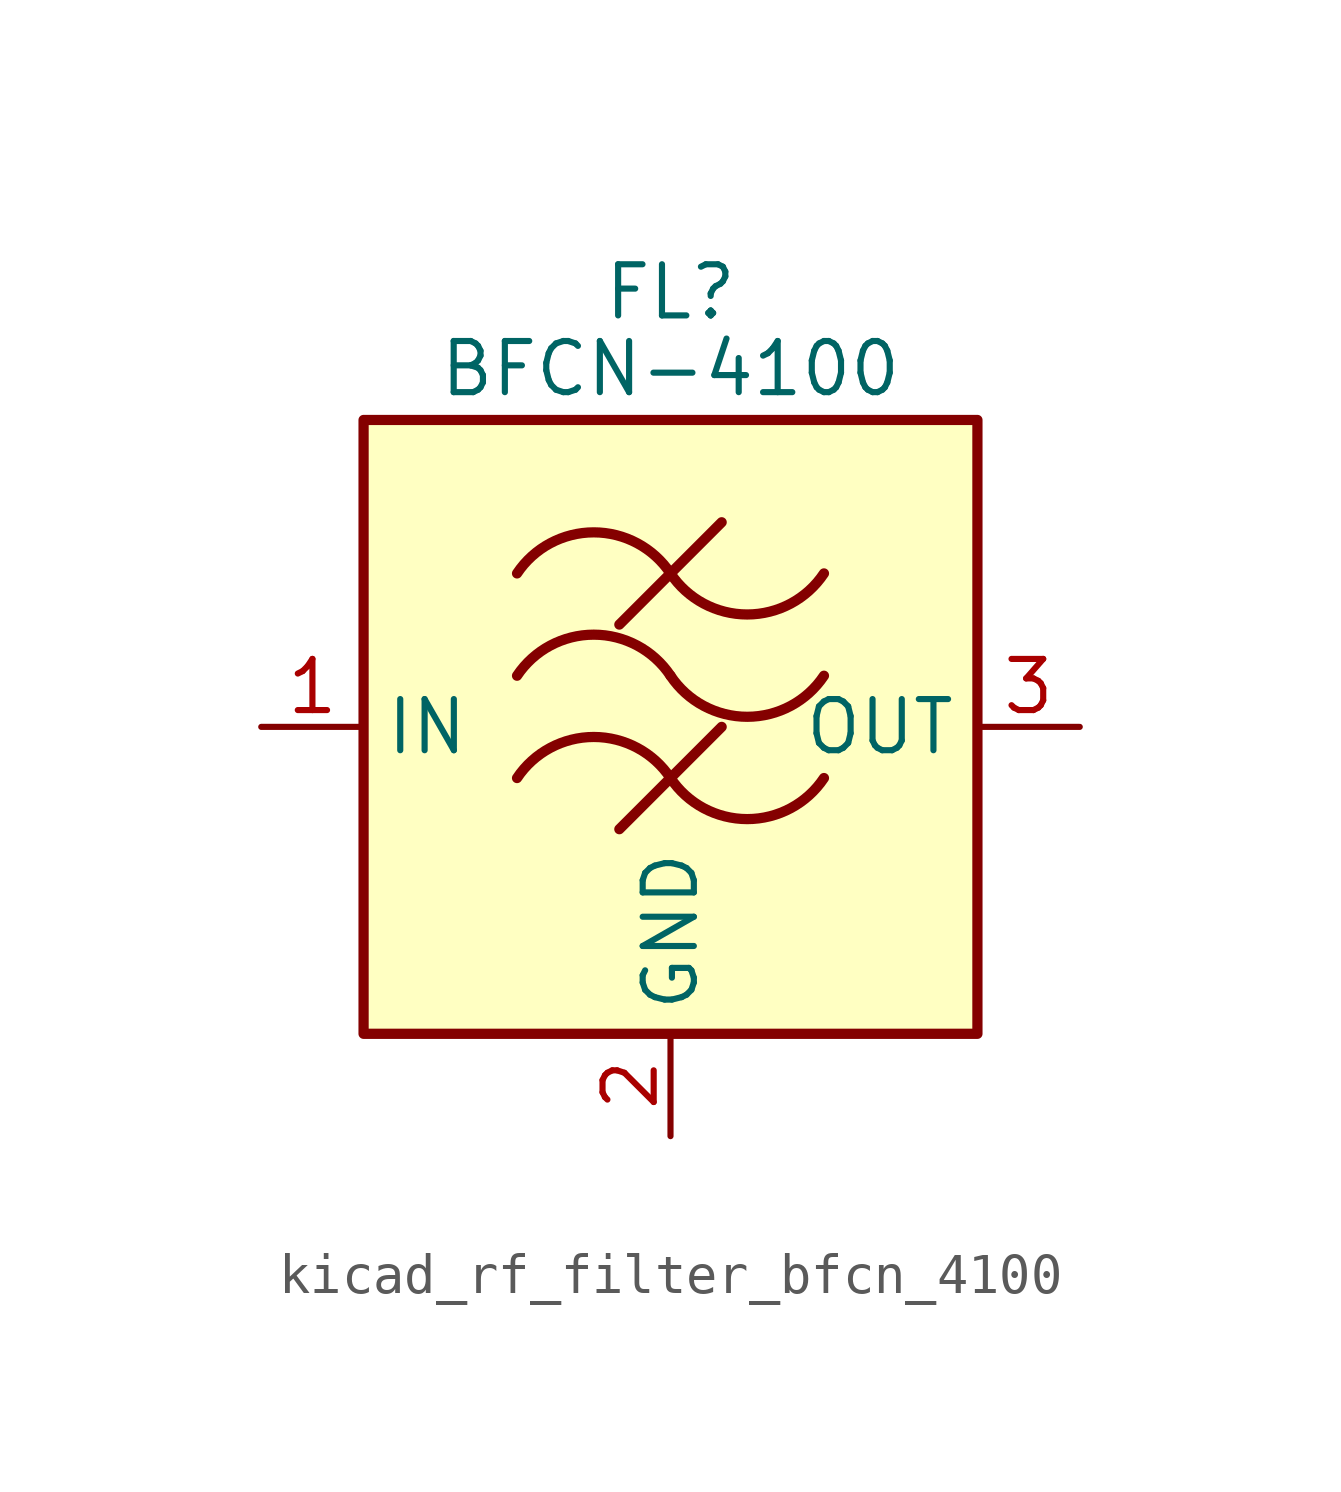
<source format=kicad_sym>
(kicad_symbol_lib
  (version 20220914)
  (generator kicad_symbol_editor)
  (symbol "kicad_rf_filter_bfcn_4100"
    (property "Reference" "FL"
      (at 0 10.795 0)
      (effects (font (size 1.27 1.27))))
    (property "Value" "BFCN-4100"
      (at 0 8.89 0)
      (effects (font (size 1.27 1.27))))
    (symbol "kicad_rf_filter_bfcn_4100_0_1"
      (rectangle (start -7.62 7.62) (end 7.62 -7.62) (stroke (width 0.254) (type default)) (fill (type background)))
      (arc (start 0 -1.27) (mid -1.905 -0.2505) (end -3.81 -1.27) (stroke (width 0.254) (type default)) (fill (type none)))
      (arc (start 0 -1.27) (mid 1.905 -2.2895) (end 3.81 -1.27) (stroke (width 0.254) (type default)) (fill (type none)))
      (polyline (pts (xy -1.27 -2.54) (xy 1.27 0)) (stroke (width 0.254) (type default)) (fill (type none)))
      (polyline (pts (xy -1.27 2.54) (xy 1.27 5.08)) (stroke (width 0.254) (type default)) (fill (type none)))
      (arc (start 0 1.27) (mid -1.905 2.2895) (end -3.81 1.27) (stroke (width 0.254) (type default)) (fill (type none)))
      (arc (start 0 1.27) (mid 1.905 0.2505) (end 3.81 1.27) (stroke (width 0.254) (type default)) (fill (type none)))
      (arc (start 0 3.81) (mid -1.905 4.8295) (end -3.81 3.81) (stroke (width 0.254) (type default)) (fill (type none)))
      (arc (start 0 3.81) (mid 1.905 2.7905) (end 3.81 3.81) (stroke (width 0.254) (type default)) (fill (type none))))
    (symbol "kicad_rf_filter_bfcn_4100_1_1"
      (pin passive line (at -10.16 0 0) (length 2.54) (name "IN" (effects (font (size 1.27 1.27)))) (number "1" (effects (font (size 1.27 1.27)))))
      (pin passive line (at 0 -10.16 90) (length 2.54) (name "GND" (effects (font (size 1.27 1.27)))) (number "2" (effects (font (size 1.27 1.27)))))
      (pin passive line (at 10.16 0 180) (length 2.54) (name "OUT" (effects (font (size 1.27 1.27)))) (number "3" (effects (font (size 1.27 1.27)))))
      (pin passive line (at 0 -10.16 90) (length 2.54) hide (name "GND" (effects (font (size 1.27 1.27)))) (number "4" (effects (font (size 1.27 1.27))))))))
</source>
